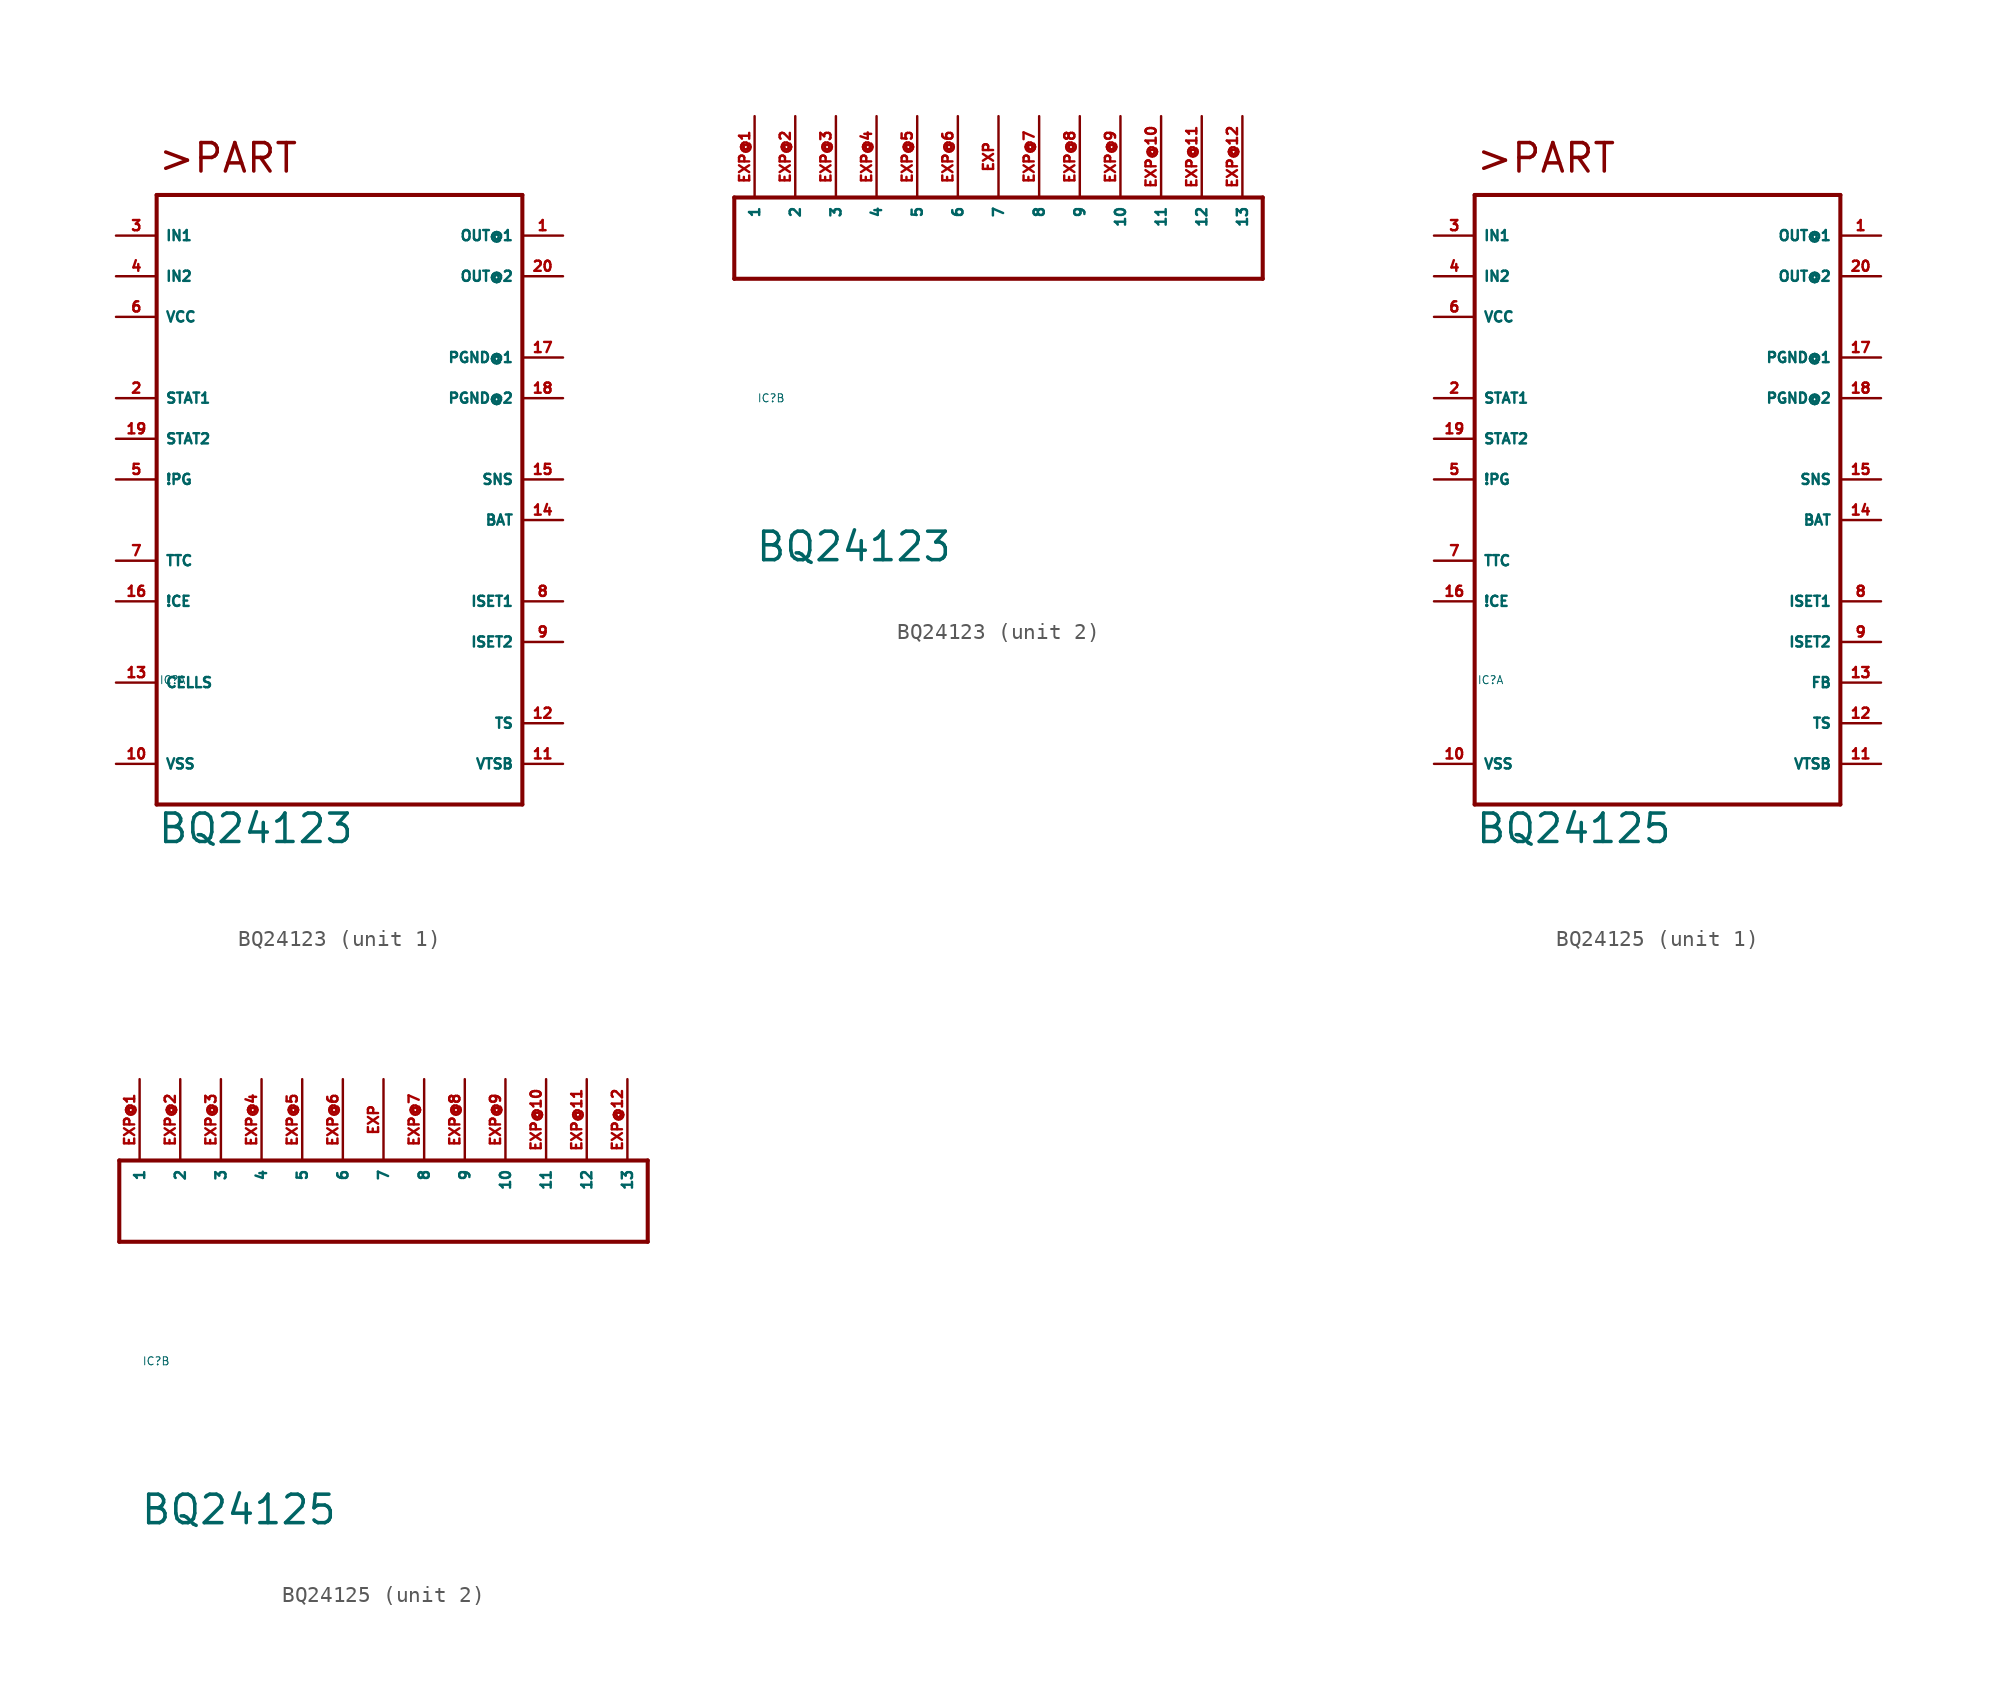
<source format=kicad_sym>
(kicad_symbol_lib
  (version 20220914)
  (generator Eagle2Kicad)
  (symbol "BQ24123"
    (property "Reference" "IC"
      (at -10 -10 0)
      (effects (font (size 0.5 0.5) (thickness 0.06)) (justify left)))
    (property "Value" "BQ24123"
      (at -10.16 -20.32 0)
      (effects (font (size 1.778 1.778) (thickness 0.22)) (justify left bottom)))
    (symbol "BQ24123_1_0"
      (polyline (pts (xy -10.16 20.32) (xy 12.7 20.32)) (stroke (width 0.254) (type default)) (fill (type none)))
      (polyline (pts (xy 12.7 20.32) (xy 12.7 -17.78)) (stroke (width 0.254) (type default)) (fill (type none)))
      (polyline (pts (xy 12.7 -17.78) (xy -10.16 -17.78)) (stroke (width 0.254) (type default)) (fill (type none)))
      (polyline (pts (xy -10.16 -17.78) (xy -10.16 20.32)) (stroke (width 0.254) (type default)) (fill (type none)))
      (text ">PART" (at -10.16 21.59 0) (effects (font (size 1.778 1.778) (thickness 0.22)) (justify left bottom)))
      (pin output line (at 15.24 17.78 180) (length 2.54) (name "OUT@1" (effects (font (size 0.635 0.635) (thickness 0.08)) (justify left bottom))) (number "1" (effects (font (size 0.635 0.635) (thickness 0.08)) (justify left bottom))))
      (pin output line (at -12.7 7.62 0) (length 2.54) (name "STAT1" (effects (font (size 0.635 0.635) (thickness 0.08)) (justify left bottom))) (number "2" (effects (font (size 0.635 0.635) (thickness 0.08)) (justify left bottom))))
      (pin input line (at -12.7 17.78 0) (length 2.54) (name "IN1" (effects (font (size 0.635 0.635) (thickness 0.08)) (justify left bottom))) (number "3" (effects (font (size 0.635 0.635) (thickness 0.08)) (justify left bottom))))
      (pin input line (at -12.7 15.24 0) (length 2.54) (name "IN2" (effects (font (size 0.635 0.635) (thickness 0.08)) (justify left bottom))) (number "4" (effects (font (size 0.635 0.635) (thickness 0.08)) (justify left bottom))))
      (pin output line (at -12.7 2.54 0) (length 2.54) (name "!PG" (effects (font (size 0.635 0.635) (thickness 0.08)) (justify left bottom))) (number "5" (effects (font (size 0.635 0.635) (thickness 0.08)) (justify left bottom))))
      (pin input line (at -12.7 12.7 0) (length 2.54) (name "VCC" (effects (font (size 0.635 0.635) (thickness 0.08)) (justify left bottom))) (number "6" (effects (font (size 0.635 0.635) (thickness 0.08)) (justify left bottom))))
      (pin passive line (at -12.7 -2.54 0) (length 2.54) (name "TTC" (effects (font (size 0.635 0.635) (thickness 0.08)) (justify left bottom))) (number "7" (effects (font (size 0.635 0.635) (thickness 0.08)) (justify left bottom))))
      (pin bidirectional line (at 15.24 -5.08 180) (length 2.54) (name "ISET1" (effects (font (size 0.635 0.635) (thickness 0.08)) (justify left bottom))) (number "8" (effects (font (size 0.635 0.635) (thickness 0.08)) (justify left bottom))))
      (pin bidirectional line (at 15.24 -7.62 180) (length 2.54) (name "ISET2" (effects (font (size 0.635 0.635) (thickness 0.08)) (justify left bottom))) (number "9" (effects (font (size 0.635 0.635) (thickness 0.08)) (justify left bottom))))
      (pin unspecified line (at -12.7 -15.24 0) (length 2.54) (name "VSS" (effects (font (size 0.635 0.635) (thickness 0.08)) (justify left bottom))) (number "10" (effects (font (size 0.635 0.635) (thickness 0.08)) (justify left bottom))))
      (pin output line (at 15.24 -15.24 180) (length 2.54) (name "VTSB" (effects (font (size 0.635 0.635) (thickness 0.08)) (justify left bottom))) (number "11" (effects (font (size 0.635 0.635) (thickness 0.08)) (justify left bottom))))
      (pin input line (at 15.24 -12.7 180) (length 2.54) (name "TS" (effects (font (size 0.635 0.635) (thickness 0.08)) (justify left bottom))) (number "12" (effects (font (size 0.635 0.635) (thickness 0.08)) (justify left bottom))))
      (pin input line (at -12.7 -10.16 0) (length 2.54) (name "CELLS" (effects (font (size 0.635 0.635) (thickness 0.08)) (justify left bottom))) (number "13" (effects (font (size 0.635 0.635) (thickness 0.08)) (justify left bottom))))
      (pin input line (at 15.24 0 180) (length 2.54) (name "BAT" (effects (font (size 0.635 0.635) (thickness 0.08)) (justify left bottom))) (number "14" (effects (font (size 0.635 0.635) (thickness 0.08)) (justify left bottom))))
      (pin input line (at 15.24 2.54 180) (length 2.54) (name "SNS" (effects (font (size 0.635 0.635) (thickness 0.08)) (justify left bottom))) (number "15" (effects (font (size 0.635 0.635) (thickness 0.08)) (justify left bottom))))
      (pin input line (at -12.7 -5.08 0) (length 2.54) (name "!CE" (effects (font (size 0.635 0.635) (thickness 0.08)) (justify left bottom))) (number "16" (effects (font (size 0.635 0.635) (thickness 0.08)) (justify left bottom))))
      (pin input line (at 15.24 10.16 180) (length 2.54) (name "PGND@1" (effects (font (size 0.635 0.635) (thickness 0.08)) (justify left bottom))) (number "17" (effects (font (size 0.635 0.635) (thickness 0.08)) (justify left bottom))))
      (pin input line (at 15.24 7.62 180) (length 2.54) (name "PGND@2" (effects (font (size 0.635 0.635) (thickness 0.08)) (justify left bottom))) (number "18" (effects (font (size 0.635 0.635) (thickness 0.08)) (justify left bottom))))
      (pin output line (at -12.7 5.08 0) (length 2.54) (name "STAT2" (effects (font (size 0.635 0.635) (thickness 0.08)) (justify left bottom))) (number "19" (effects (font (size 0.635 0.635) (thickness 0.08)) (justify left bottom))))
      (pin input line (at 15.24 15.24 180) (length 2.54) (name "OUT@2" (effects (font (size 0.635 0.635) (thickness 0.08)) (justify left bottom))) (number "20" (effects (font (size 0.635 0.635) (thickness 0.08)) (justify left bottom)))))
    (symbol "BQ24123_2_0"
      (polyline (pts (xy -11.43 2.54) (xy -11.43 -2.54)) (stroke (width 0.254) (type default)) (fill (type none)))
      (polyline (pts (xy -11.43 -2.54) (xy 21.59 -2.54)) (stroke (width 0.254) (type default)) (fill (type none)))
      (polyline (pts (xy 21.59 -2.54) (xy 21.59 2.54)) (stroke (width 0.254) (type default)) (fill (type none)))
      (polyline (pts (xy 21.59 2.54) (xy -11.43 2.54)) (stroke (width 0.254) (type default)) (fill (type none)))
      (pin input line (at -10.16 7.62 270) (length 5.08) (name "1" (effects (font (size 0.635 0.635) (thickness 0.08)) (justify left bottom))) (number "EXP@1" (effects (font (size 0.635 0.635) (thickness 0.08)) (justify left bottom))))
      (pin input line (at -7.62 7.62 270) (length 5.08) (name "2" (effects (font (size 0.635 0.635) (thickness 0.08)) (justify left bottom))) (number "EXP@2" (effects (font (size 0.635 0.635) (thickness 0.08)) (justify left bottom))))
      (pin input line (at -5.08 7.62 270) (length 5.08) (name "3" (effects (font (size 0.635 0.635) (thickness 0.08)) (justify left bottom))) (number "EXP@3" (effects (font (size 0.635 0.635) (thickness 0.08)) (justify left bottom))))
      (pin input line (at -2.54 7.62 270) (length 5.08) (name "4" (effects (font (size 0.635 0.635) (thickness 0.08)) (justify left bottom))) (number "EXP@4" (effects (font (size 0.635 0.635) (thickness 0.08)) (justify left bottom))))
      (pin input line (at 0 7.62 270) (length 5.08) (name "5" (effects (font (size 0.635 0.635) (thickness 0.08)) (justify left bottom))) (number "EXP@5" (effects (font (size 0.635 0.635) (thickness 0.08)) (justify left bottom))))
      (pin input line (at 2.54 7.62 270) (length 5.08) (name "6" (effects (font (size 0.635 0.635) (thickness 0.08)) (justify left bottom))) (number "EXP@6" (effects (font (size 0.635 0.635) (thickness 0.08)) (justify left bottom))))
      (pin input line (at 5.08 7.62 270) (length 5.08) (name "7" (effects (font (size 0.635 0.635) (thickness 0.08)) (justify left bottom))) (number "EXP" (effects (font (size 0.635 0.635) (thickness 0.08)) (justify left bottom))))
      (pin input line (at 7.62 7.62 270) (length 5.08) (name "8" (effects (font (size 0.635 0.635) (thickness 0.08)) (justify left bottom))) (number "EXP@7" (effects (font (size 0.635 0.635) (thickness 0.08)) (justify left bottom))))
      (pin input line (at 10.16 7.62 270) (length 5.08) (name "9" (effects (font (size 0.635 0.635) (thickness 0.08)) (justify left bottom))) (number "EXP@8" (effects (font (size 0.635 0.635) (thickness 0.08)) (justify left bottom))))
      (pin input line (at 12.7 7.62 270) (length 5.08) (name "10" (effects (font (size 0.635 0.635) (thickness 0.08)) (justify left bottom))) (number "EXP@9" (effects (font (size 0.635 0.635) (thickness 0.08)) (justify left bottom))))
      (pin input line (at 15.24 7.62 270) (length 5.08) (name "11" (effects (font (size 0.635 0.635) (thickness 0.08)) (justify left bottom))) (number "EXP@10" (effects (font (size 0.635 0.635) (thickness 0.08)) (justify left bottom))))
      (pin input line (at 17.78 7.62 270) (length 5.08) (name "12" (effects (font (size 0.635 0.635) (thickness 0.08)) (justify left bottom))) (number "EXP@11" (effects (font (size 0.635 0.635) (thickness 0.08)) (justify left bottom))))
      (pin input line (at 20.32 7.62 270) (length 5.08) (name "13" (effects (font (size 0.635 0.635) (thickness 0.08)) (justify left bottom))) (number "EXP@12" (effects (font (size 0.635 0.635) (thickness 0.08)) (justify left bottom))))))
  (symbol "BQ24125"
    (property "Reference" "IC"
      (at -10 -10 0)
      (effects (font (size 0.5 0.5) (thickness 0.06)) (justify left)))
    (property "Value" "BQ24125"
      (at -10.16 -20.32 0)
      (effects (font (size 1.778 1.778) (thickness 0.22)) (justify left bottom)))
    (symbol "BQ24125_1_0"
      (polyline (pts (xy -10.16 20.32) (xy 12.7 20.32)) (stroke (width 0.254) (type default)) (fill (type none)))
      (polyline (pts (xy 12.7 20.32) (xy 12.7 -17.78)) (stroke (width 0.254) (type default)) (fill (type none)))
      (polyline (pts (xy 12.7 -17.78) (xy -10.16 -17.78)) (stroke (width 0.254) (type default)) (fill (type none)))
      (polyline (pts (xy -10.16 -17.78) (xy -10.16 20.32)) (stroke (width 0.254) (type default)) (fill (type none)))
      (text ">PART" (at -10.16 21.59 0) (effects (font (size 1.778 1.778) (thickness 0.22)) (justify left bottom)))
      (pin output line (at 15.24 17.78 180) (length 2.54) (name "OUT@1" (effects (font (size 0.635 0.635) (thickness 0.08)) (justify left bottom))) (number "1" (effects (font (size 0.635 0.635) (thickness 0.08)) (justify left bottom))))
      (pin output line (at -12.7 7.62 0) (length 2.54) (name "STAT1" (effects (font (size 0.635 0.635) (thickness 0.08)) (justify left bottom))) (number "2" (effects (font (size 0.635 0.635) (thickness 0.08)) (justify left bottom))))
      (pin input line (at -12.7 17.78 0) (length 2.54) (name "IN1" (effects (font (size 0.635 0.635) (thickness 0.08)) (justify left bottom))) (number "3" (effects (font (size 0.635 0.635) (thickness 0.08)) (justify left bottom))))
      (pin input line (at -12.7 15.24 0) (length 2.54) (name "IN2" (effects (font (size 0.635 0.635) (thickness 0.08)) (justify left bottom))) (number "4" (effects (font (size 0.635 0.635) (thickness 0.08)) (justify left bottom))))
      (pin output line (at -12.7 2.54 0) (length 2.54) (name "!PG" (effects (font (size 0.635 0.635) (thickness 0.08)) (justify left bottom))) (number "5" (effects (font (size 0.635 0.635) (thickness 0.08)) (justify left bottom))))
      (pin input line (at -12.7 12.7 0) (length 2.54) (name "VCC" (effects (font (size 0.635 0.635) (thickness 0.08)) (justify left bottom))) (number "6" (effects (font (size 0.635 0.635) (thickness 0.08)) (justify left bottom))))
      (pin passive line (at -12.7 -2.54 0) (length 2.54) (name "TTC" (effects (font (size 0.635 0.635) (thickness 0.08)) (justify left bottom))) (number "7" (effects (font (size 0.635 0.635) (thickness 0.08)) (justify left bottom))))
      (pin bidirectional line (at 15.24 -5.08 180) (length 2.54) (name "ISET1" (effects (font (size 0.635 0.635) (thickness 0.08)) (justify left bottom))) (number "8" (effects (font (size 0.635 0.635) (thickness 0.08)) (justify left bottom))))
      (pin bidirectional line (at 15.24 -7.62 180) (length 2.54) (name "ISET2" (effects (font (size 0.635 0.635) (thickness 0.08)) (justify left bottom))) (number "9" (effects (font (size 0.635 0.635) (thickness 0.08)) (justify left bottom))))
      (pin unspecified line (at -12.7 -15.24 0) (length 2.54) (name "VSS" (effects (font (size 0.635 0.635) (thickness 0.08)) (justify left bottom))) (number "10" (effects (font (size 0.635 0.635) (thickness 0.08)) (justify left bottom))))
      (pin output line (at 15.24 -15.24 180) (length 2.54) (name "VTSB" (effects (font (size 0.635 0.635) (thickness 0.08)) (justify left bottom))) (number "11" (effects (font (size 0.635 0.635) (thickness 0.08)) (justify left bottom))))
      (pin input line (at 15.24 -12.7 180) (length 2.54) (name "TS" (effects (font (size 0.635 0.635) (thickness 0.08)) (justify left bottom))) (number "12" (effects (font (size 0.635 0.635) (thickness 0.08)) (justify left bottom))))
      (pin input line (at 15.24 -10.16 180) (length 2.54) (name "FB" (effects (font (size 0.635 0.635) (thickness 0.08)) (justify left bottom))) (number "13" (effects (font (size 0.635 0.635) (thickness 0.08)) (justify left bottom))))
      (pin input line (at 15.24 0 180) (length 2.54) (name "BAT" (effects (font (size 0.635 0.635) (thickness 0.08)) (justify left bottom))) (number "14" (effects (font (size 0.635 0.635) (thickness 0.08)) (justify left bottom))))
      (pin input line (at 15.24 2.54 180) (length 2.54) (name "SNS" (effects (font (size 0.635 0.635) (thickness 0.08)) (justify left bottom))) (number "15" (effects (font (size 0.635 0.635) (thickness 0.08)) (justify left bottom))))
      (pin input line (at -12.7 -5.08 0) (length 2.54) (name "!CE" (effects (font (size 0.635 0.635) (thickness 0.08)) (justify left bottom))) (number "16" (effects (font (size 0.635 0.635) (thickness 0.08)) (justify left bottom))))
      (pin input line (at 15.24 10.16 180) (length 2.54) (name "PGND@1" (effects (font (size 0.635 0.635) (thickness 0.08)) (justify left bottom))) (number "17" (effects (font (size 0.635 0.635) (thickness 0.08)) (justify left bottom))))
      (pin input line (at 15.24 7.62 180) (length 2.54) (name "PGND@2" (effects (font (size 0.635 0.635) (thickness 0.08)) (justify left bottom))) (number "18" (effects (font (size 0.635 0.635) (thickness 0.08)) (justify left bottom))))
      (pin output line (at -12.7 5.08 0) (length 2.54) (name "STAT2" (effects (font (size 0.635 0.635) (thickness 0.08)) (justify left bottom))) (number "19" (effects (font (size 0.635 0.635) (thickness 0.08)) (justify left bottom))))
      (pin input line (at 15.24 15.24 180) (length 2.54) (name "OUT@2" (effects (font (size 0.635 0.635) (thickness 0.08)) (justify left bottom))) (number "20" (effects (font (size 0.635 0.635) (thickness 0.08)) (justify left bottom)))))
    (symbol "BQ24125_2_0"
      (polyline (pts (xy -11.43 2.54) (xy -11.43 -2.54)) (stroke (width 0.254) (type default)) (fill (type none)))
      (polyline (pts (xy -11.43 -2.54) (xy 21.59 -2.54)) (stroke (width 0.254) (type default)) (fill (type none)))
      (polyline (pts (xy 21.59 -2.54) (xy 21.59 2.54)) (stroke (width 0.254) (type default)) (fill (type none)))
      (polyline (pts (xy 21.59 2.54) (xy -11.43 2.54)) (stroke (width 0.254) (type default)) (fill (type none)))
      (pin input line (at -10.16 7.62 270) (length 5.08) (name "1" (effects (font (size 0.635 0.635) (thickness 0.08)) (justify left bottom))) (number "EXP@1" (effects (font (size 0.635 0.635) (thickness 0.08)) (justify left bottom))))
      (pin input line (at -7.62 7.62 270) (length 5.08) (name "2" (effects (font (size 0.635 0.635) (thickness 0.08)) (justify left bottom))) (number "EXP@2" (effects (font (size 0.635 0.635) (thickness 0.08)) (justify left bottom))))
      (pin input line (at -5.08 7.62 270) (length 5.08) (name "3" (effects (font (size 0.635 0.635) (thickness 0.08)) (justify left bottom))) (number "EXP@3" (effects (font (size 0.635 0.635) (thickness 0.08)) (justify left bottom))))
      (pin input line (at -2.54 7.62 270) (length 5.08) (name "4" (effects (font (size 0.635 0.635) (thickness 0.08)) (justify left bottom))) (number "EXP@4" (effects (font (size 0.635 0.635) (thickness 0.08)) (justify left bottom))))
      (pin input line (at 0 7.62 270) (length 5.08) (name "5" (effects (font (size 0.635 0.635) (thickness 0.08)) (justify left bottom))) (number "EXP@5" (effects (font (size 0.635 0.635) (thickness 0.08)) (justify left bottom))))
      (pin input line (at 2.54 7.62 270) (length 5.08) (name "6" (effects (font (size 0.635 0.635) (thickness 0.08)) (justify left bottom))) (number "EXP@6" (effects (font (size 0.635 0.635) (thickness 0.08)) (justify left bottom))))
      (pin input line (at 5.08 7.62 270) (length 5.08) (name "7" (effects (font (size 0.635 0.635) (thickness 0.08)) (justify left bottom))) (number "EXP" (effects (font (size 0.635 0.635) (thickness 0.08)) (justify left bottom))))
      (pin input line (at 7.62 7.62 270) (length 5.08) (name "8" (effects (font (size 0.635 0.635) (thickness 0.08)) (justify left bottom))) (number "EXP@7" (effects (font (size 0.635 0.635) (thickness 0.08)) (justify left bottom))))
      (pin input line (at 10.16 7.62 270) (length 5.08) (name "9" (effects (font (size 0.635 0.635) (thickness 0.08)) (justify left bottom))) (number "EXP@8" (effects (font (size 0.635 0.635) (thickness 0.08)) (justify left bottom))))
      (pin input line (at 12.7 7.62 270) (length 5.08) (name "10" (effects (font (size 0.635 0.635) (thickness 0.08)) (justify left bottom))) (number "EXP@9" (effects (font (size 0.635 0.635) (thickness 0.08)) (justify left bottom))))
      (pin input line (at 15.24 7.62 270) (length 5.08) (name "11" (effects (font (size 0.635 0.635) (thickness 0.08)) (justify left bottom))) (number "EXP@10" (effects (font (size 0.635 0.635) (thickness 0.08)) (justify left bottom))))
      (pin input line (at 17.78 7.62 270) (length 5.08) (name "12" (effects (font (size 0.635 0.635) (thickness 0.08)) (justify left bottom))) (number "EXP@11" (effects (font (size 0.635 0.635) (thickness 0.08)) (justify left bottom))))
      (pin input line (at 20.32 7.62 270) (length 5.08) (name "13" (effects (font (size 0.635 0.635) (thickness 0.08)) (justify left bottom))) (number "EXP@12" (effects (font (size 0.635 0.635) (thickness 0.08)) (justify left bottom)))))))
</source>
